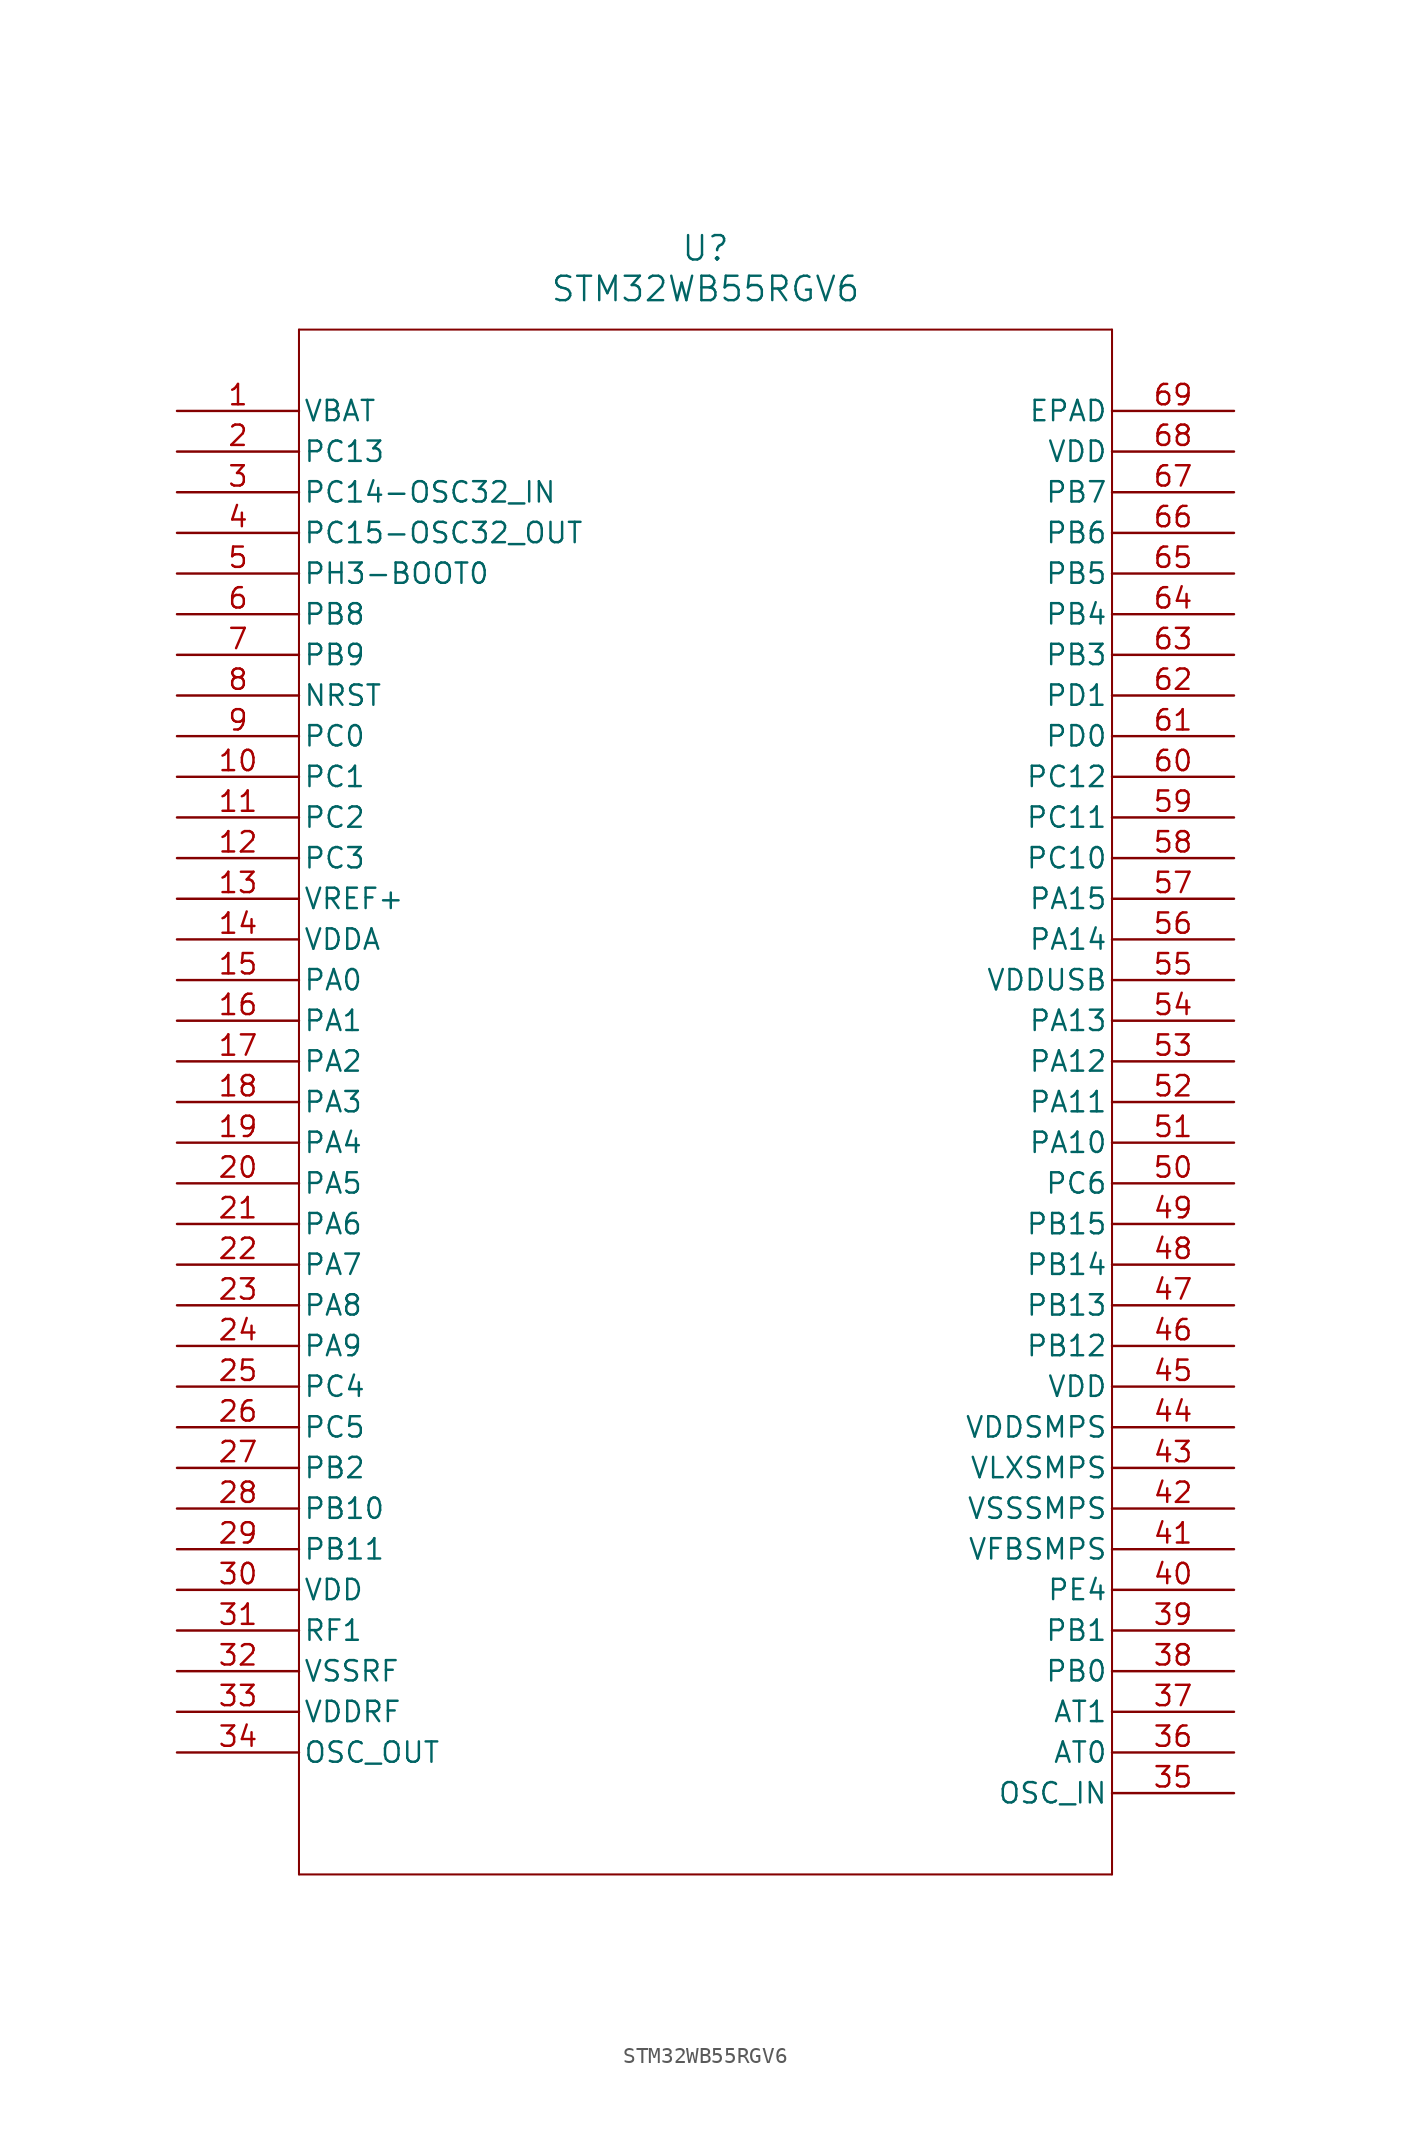
<source format=kicad_sym>
(kicad_symbol_lib
  (version 20241209)
  (generator "kicad_symbol_editor")
  (generator_version "9.0")
  (symbol "STM32WB55RGV6"
    (pin_names
      (offset 0.254))
    (property "Reference" "U"
      (at 33.02 10.16 0)
      (effects (font (size 1.524 1.524))))
    (property "Value" "STM32WB55RGV6"
      (at 33.02 7.62 0)
      (effects (font (size 1.524 1.524))))
    (symbol "STM32WB55RGV6_0_1"
      (polyline (pts (xy 7.62 5.08) (xy 7.62 -91.44)) (stroke (width 0.127) (type default)) (fill (type none)))
      (polyline (pts (xy 7.62 -91.44) (xy 58.42 -91.44)) (stroke (width 0.127) (type default)) (fill (type none)))
      (polyline (pts (xy 58.42 5.08) (xy 7.62 5.08)) (stroke (width 0.127) (type default)) (fill (type none)))
      (polyline (pts (xy 58.42 -91.44) (xy 58.42 5.08)) (stroke (width 0.127) (type default)) (fill (type none)))
      (pin power_in line (at 0 0 0) (length 7.62) (name "VBAT" (effects (font (size 1.27 1.27)))) (number "1" (effects (font (size 1.27 1.27)))))
      (pin bidirectional line (at 0 -2.54 0) (length 7.62) (name "PC13" (effects (font (size 1.27 1.27)))) (number "2" (effects (font (size 1.27 1.27)))))
      (pin bidirectional line (at 0 -5.08 0) (length 7.62) (name "PC14-OSC32_IN" (effects (font (size 1.27 1.27)))) (number "3" (effects (font (size 1.27 1.27)))))
      (pin bidirectional line (at 0 -7.62 0) (length 7.62) (name "PC15-OSC32_OUT" (effects (font (size 1.27 1.27)))) (number "4" (effects (font (size 1.27 1.27)))))
      (pin bidirectional line (at 0 -10.16 0) (length 7.62) (name "PH3-BOOT0" (effects (font (size 1.27 1.27)))) (number "5" (effects (font (size 1.27 1.27)))))
      (pin bidirectional line (at 0 -12.7 0) (length 7.62) (name "PB8" (effects (font (size 1.27 1.27)))) (number "6" (effects (font (size 1.27 1.27)))))
      (pin bidirectional line (at 0 -15.24 0) (length 7.62) (name "PB9" (effects (font (size 1.27 1.27)))) (number "7" (effects (font (size 1.27 1.27)))))
      (pin bidirectional line (at 0 -17.78 0) (length 7.62) (name "NRST" (effects (font (size 1.27 1.27)))) (number "8" (effects (font (size 1.27 1.27)))))
      (pin bidirectional line (at 0 -20.32 0) (length 7.62) (name "PC0" (effects (font (size 1.27 1.27)))) (number "9" (effects (font (size 1.27 1.27)))))
      (pin bidirectional line (at 0 -22.86 0) (length 7.62) (name "PC1" (effects (font (size 1.27 1.27)))) (number "10" (effects (font (size 1.27 1.27)))))
      (pin bidirectional line (at 0 -25.4 0) (length 7.62) (name "PC2" (effects (font (size 1.27 1.27)))) (number "11" (effects (font (size 1.27 1.27)))))
      (pin bidirectional line (at 0 -27.94 0) (length 7.62) (name "PC3" (effects (font (size 1.27 1.27)))) (number "12" (effects (font (size 1.27 1.27)))))
      (pin power_in line (at 0 -30.48 0) (length 7.62) (name "VREF+" (effects (font (size 1.27 1.27)))) (number "13" (effects (font (size 1.27 1.27)))))
      (pin power_in line (at 0 -33.02 0) (length 7.62) (name "VDDA" (effects (font (size 1.27 1.27)))) (number "14" (effects (font (size 1.27 1.27)))))
      (pin bidirectional line (at 0 -35.56 0) (length 7.62) (name "PA0" (effects (font (size 1.27 1.27)))) (number "15" (effects (font (size 1.27 1.27)))))
      (pin bidirectional line (at 0 -38.1 0) (length 7.62) (name "PA1" (effects (font (size 1.27 1.27)))) (number "16" (effects (font (size 1.27 1.27)))))
      (pin bidirectional line (at 0 -40.64 0) (length 7.62) (name "PA2" (effects (font (size 1.27 1.27)))) (number "17" (effects (font (size 1.27 1.27)))))
      (pin bidirectional line (at 0 -43.18 0) (length 7.62) (name "PA3" (effects (font (size 1.27 1.27)))) (number "18" (effects (font (size 1.27 1.27)))))
      (pin bidirectional line (at 0 -45.72 0) (length 7.62) (name "PA4" (effects (font (size 1.27 1.27)))) (number "19" (effects (font (size 1.27 1.27)))))
      (pin bidirectional line (at 0 -48.26 0) (length 7.62) (name "PA5" (effects (font (size 1.27 1.27)))) (number "20" (effects (font (size 1.27 1.27)))))
      (pin bidirectional line (at 0 -50.8 0) (length 7.62) (name "PA6" (effects (font (size 1.27 1.27)))) (number "21" (effects (font (size 1.27 1.27)))))
      (pin bidirectional line (at 0 -53.34 0) (length 7.62) (name "PA7" (effects (font (size 1.27 1.27)))) (number "22" (effects (font (size 1.27 1.27)))))
      (pin bidirectional line (at 0 -55.88 0) (length 7.62) (name "PA8" (effects (font (size 1.27 1.27)))) (number "23" (effects (font (size 1.27 1.27)))))
      (pin bidirectional line (at 0 -58.42 0) (length 7.62) (name "PA9" (effects (font (size 1.27 1.27)))) (number "24" (effects (font (size 1.27 1.27)))))
      (pin bidirectional line (at 0 -60.96 0) (length 7.62) (name "PC4" (effects (font (size 1.27 1.27)))) (number "25" (effects (font (size 1.27 1.27)))))
      (pin bidirectional line (at 0 -63.5 0) (length 7.62) (name "PC5" (effects (font (size 1.27 1.27)))) (number "26" (effects (font (size 1.27 1.27)))))
      (pin bidirectional line (at 0 -66.04 0) (length 7.62) (name "PB2" (effects (font (size 1.27 1.27)))) (number "27" (effects (font (size 1.27 1.27)))))
      (pin bidirectional line (at 0 -68.58 0) (length 7.62) (name "PB10" (effects (font (size 1.27 1.27)))) (number "28" (effects (font (size 1.27 1.27)))))
      (pin bidirectional line (at 0 -71.12 0) (length 7.62) (name "PB11" (effects (font (size 1.27 1.27)))) (number "29" (effects (font (size 1.27 1.27)))))
      (pin power_in line (at 0 -73.66 0) (length 7.62) (name "VDD" (effects (font (size 1.27 1.27)))) (number "30" (effects (font (size 1.27 1.27)))))
      (pin bidirectional line (at 0 -76.2 0) (length 7.62) (name "RF1" (effects (font (size 1.27 1.27)))) (number "31" (effects (font (size 1.27 1.27)))))
      (pin power_in line (at 0 -78.74 0) (length 7.62) (name "VSSRF" (effects (font (size 1.27 1.27)))) (number "32" (effects (font (size 1.27 1.27)))))
      (pin power_in line (at 0 -81.28 0) (length 7.62) (name "VDDRF" (effects (font (size 1.27 1.27)))) (number "33" (effects (font (size 1.27 1.27)))))
      (pin bidirectional line (at 0 -83.82 0) (length 7.62) (name "OSC_OUT" (effects (font (size 1.27 1.27)))) (number "34" (effects (font (size 1.27 1.27)))))
      (pin power_out line (at 66.04 0 180) (length 7.62) (name "EPAD" (effects (font (size 1.27 1.27)))) (number "69" (effects (font (size 1.27 1.27)))))
      (pin power_in line (at 66.04 -2.54 180) (length 7.62) (name "VDD" (effects (font (size 1.27 1.27)))) (number "68" (effects (font (size 1.27 1.27)))))
      (pin bidirectional line (at 66.04 -5.08 180) (length 7.62) (name "PB7" (effects (font (size 1.27 1.27)))) (number "67" (effects (font (size 1.27 1.27)))))
      (pin bidirectional line (at 66.04 -7.62 180) (length 7.62) (name "PB6" (effects (font (size 1.27 1.27)))) (number "66" (effects (font (size 1.27 1.27)))))
      (pin bidirectional line (at 66.04 -10.16 180) (length 7.62) (name "PB5" (effects (font (size 1.27 1.27)))) (number "65" (effects (font (size 1.27 1.27)))))
      (pin bidirectional line (at 66.04 -12.7 180) (length 7.62) (name "PB4" (effects (font (size 1.27 1.27)))) (number "64" (effects (font (size 1.27 1.27)))))
      (pin bidirectional line (at 66.04 -15.24 180) (length 7.62) (name "PB3" (effects (font (size 1.27 1.27)))) (number "63" (effects (font (size 1.27 1.27)))))
      (pin bidirectional line (at 66.04 -17.78 180) (length 7.62) (name "PD1" (effects (font (size 1.27 1.27)))) (number "62" (effects (font (size 1.27 1.27)))))
      (pin bidirectional line (at 66.04 -20.32 180) (length 7.62) (name "PD0" (effects (font (size 1.27 1.27)))) (number "61" (effects (font (size 1.27 1.27)))))
      (pin bidirectional line (at 66.04 -22.86 180) (length 7.62) (name "PC12" (effects (font (size 1.27 1.27)))) (number "60" (effects (font (size 1.27 1.27)))))
      (pin bidirectional line (at 66.04 -25.4 180) (length 7.62) (name "PC11" (effects (font (size 1.27 1.27)))) (number "59" (effects (font (size 1.27 1.27)))))
      (pin bidirectional line (at 66.04 -27.94 180) (length 7.62) (name "PC10" (effects (font (size 1.27 1.27)))) (number "58" (effects (font (size 1.27 1.27)))))
      (pin bidirectional line (at 66.04 -30.48 180) (length 7.62) (name "PA15" (effects (font (size 1.27 1.27)))) (number "57" (effects (font (size 1.27 1.27)))))
      (pin bidirectional line (at 66.04 -33.02 180) (length 7.62) (name "PA14" (effects (font (size 1.27 1.27)))) (number "56" (effects (font (size 1.27 1.27)))))
      (pin power_in line (at 66.04 -35.56 180) (length 7.62) (name "VDDUSB" (effects (font (size 1.27 1.27)))) (number "55" (effects (font (size 1.27 1.27)))))
      (pin bidirectional line (at 66.04 -38.1 180) (length 7.62) (name "PA13" (effects (font (size 1.27 1.27)))) (number "54" (effects (font (size 1.27 1.27)))))
      (pin bidirectional line (at 66.04 -40.64 180) (length 7.62) (name "PA12" (effects (font (size 1.27 1.27)))) (number "53" (effects (font (size 1.27 1.27)))))
      (pin bidirectional line (at 66.04 -43.18 180) (length 7.62) (name "PA11" (effects (font (size 1.27 1.27)))) (number "52" (effects (font (size 1.27 1.27)))))
      (pin bidirectional line (at 66.04 -45.72 180) (length 7.62) (name "PA10" (effects (font (size 1.27 1.27)))) (number "51" (effects (font (size 1.27 1.27)))))
      (pin bidirectional line (at 66.04 -48.26 180) (length 7.62) (name "PC6" (effects (font (size 1.27 1.27)))) (number "50" (effects (font (size 1.27 1.27)))))
      (pin bidirectional line (at 66.04 -50.8 180) (length 7.62) (name "PB15" (effects (font (size 1.27 1.27)))) (number "49" (effects (font (size 1.27 1.27)))))
      (pin bidirectional line (at 66.04 -53.34 180) (length 7.62) (name "PB14" (effects (font (size 1.27 1.27)))) (number "48" (effects (font (size 1.27 1.27)))))
      (pin bidirectional line (at 66.04 -55.88 180) (length 7.62) (name "PB13" (effects (font (size 1.27 1.27)))) (number "47" (effects (font (size 1.27 1.27)))))
      (pin bidirectional line (at 66.04 -58.42 180) (length 7.62) (name "PB12" (effects (font (size 1.27 1.27)))) (number "46" (effects (font (size 1.27 1.27)))))
      (pin power_in line (at 66.04 -60.96 180) (length 7.62) (name "VDD" (effects (font (size 1.27 1.27)))) (number "45" (effects (font (size 1.27 1.27)))))
      (pin power_in line (at 66.04 -63.5 180) (length 7.62) (name "VDDSMPS" (effects (font (size 1.27 1.27)))) (number "44" (effects (font (size 1.27 1.27)))))
      (pin power_in line (at 66.04 -66.04 180) (length 7.62) (name "VLXSMPS" (effects (font (size 1.27 1.27)))) (number "43" (effects (font (size 1.27 1.27)))))
      (pin power_in line (at 66.04 -68.58 180) (length 7.62) (name "VSSSMPS" (effects (font (size 1.27 1.27)))) (number "42" (effects (font (size 1.27 1.27)))))
      (pin power_in line (at 66.04 -71.12 180) (length 7.62) (name "VFBSMPS" (effects (font (size 1.27 1.27)))) (number "41" (effects (font (size 1.27 1.27)))))
      (pin power_in line (at 66.04 -73.66 180) (length 7.62) (name "PE4" (effects (font (size 1.27 1.27)))) (number "40" (effects (font (size 1.27 1.27)))))
      (pin bidirectional line (at 66.04 -76.2 180) (length 7.62) (name "PB1" (effects (font (size 1.27 1.27)))) (number "39" (effects (font (size 1.27 1.27)))))
      (pin bidirectional line (at 66.04 -78.74 180) (length 7.62) (name "PB0" (effects (font (size 1.27 1.27)))) (number "38" (effects (font (size 1.27 1.27)))))
      (pin bidirectional line (at 66.04 -81.28 180) (length 7.62) (name "AT1" (effects (font (size 1.27 1.27)))) (number "37" (effects (font (size 1.27 1.27)))))
      (pin bidirectional line (at 66.04 -83.82 180) (length 7.62) (name "AT0" (effects (font (size 1.27 1.27)))) (number "36" (effects (font (size 1.27 1.27)))))
      (pin bidirectional line (at 66.04 -86.36 180) (length 7.62) (name "OSC_IN" (effects (font (size 1.27 1.27)))) (number "35" (effects (font (size 1.27 1.27))))))))
</source>
